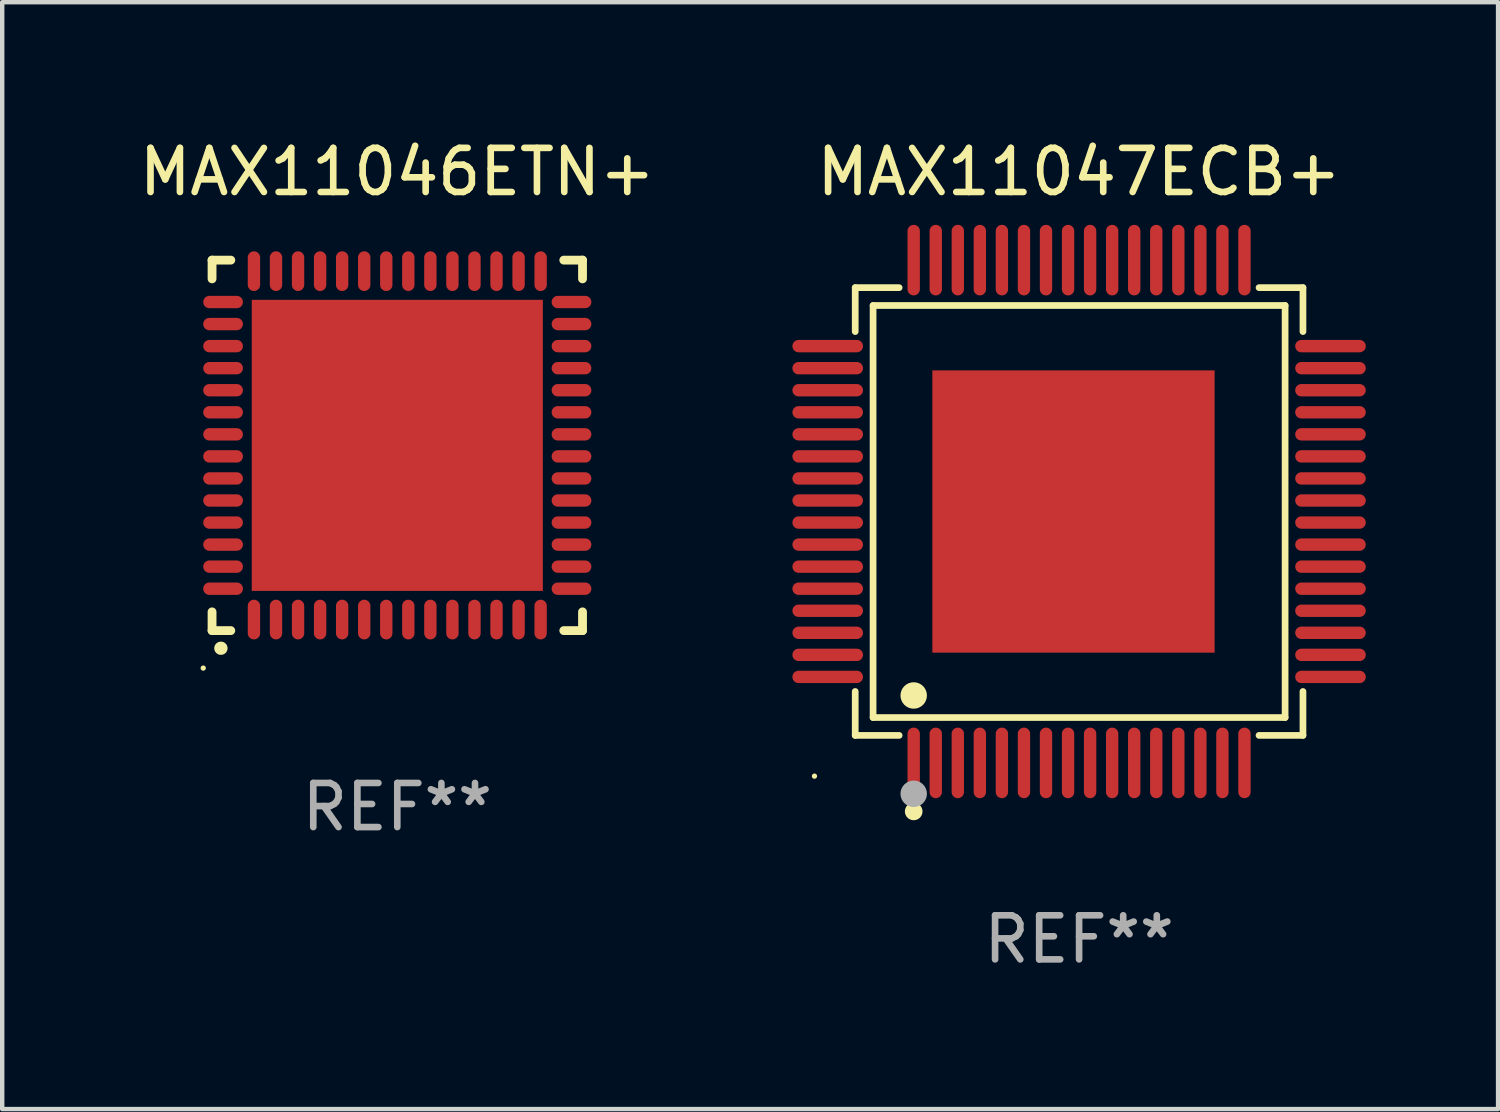
<source format=kicad_pcb>
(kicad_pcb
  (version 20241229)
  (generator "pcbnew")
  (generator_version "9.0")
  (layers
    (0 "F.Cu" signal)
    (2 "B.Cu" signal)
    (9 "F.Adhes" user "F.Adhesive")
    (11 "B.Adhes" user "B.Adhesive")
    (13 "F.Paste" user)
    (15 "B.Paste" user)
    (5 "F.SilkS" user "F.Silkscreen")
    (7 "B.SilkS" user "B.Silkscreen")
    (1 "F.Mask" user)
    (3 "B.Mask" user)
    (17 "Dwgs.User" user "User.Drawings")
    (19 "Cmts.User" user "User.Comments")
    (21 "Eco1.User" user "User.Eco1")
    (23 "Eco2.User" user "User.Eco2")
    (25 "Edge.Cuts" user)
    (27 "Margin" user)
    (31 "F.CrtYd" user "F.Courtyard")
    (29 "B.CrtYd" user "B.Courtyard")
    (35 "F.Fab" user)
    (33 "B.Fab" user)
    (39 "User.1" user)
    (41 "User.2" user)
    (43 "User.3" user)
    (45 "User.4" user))
  (footprint "MAX11046ETN+"
    (layer "F.Cu")
    (at 5.958 7.048)
    (property "Reference" "MAX11046ETN+" (at 0 -6.2 0) (layer "F.SilkS") (effects (font (size 1 1) (thickness 0.15))))
    (attr through_hole)
    (fp_line (start -4.2 -4.2) (end -4.2 -3.775) (stroke (width 0.2) (type solid)) (layer "F.SilkS"))
    (fp_line (start -4.2 4.2) (end -4.2 3.775) (stroke (width 0.2) (type solid)) (layer "F.SilkS"))
    (fp_line (start -3.775 -4.2) (end -4.2 -4.2) (stroke (width 0.2) (type solid)) (layer "F.SilkS"))
    (fp_line (start -3.775 4.2) (end -4.2 4.2) (stroke (width 0.2) (type solid)) (layer "F.SilkS"))
    (fp_line (start 3.775 4.2) (end 4.2 4.2) (stroke (width 0.2) (type solid)) (layer "F.SilkS"))
    (fp_line (start 4.2 -4.2) (end 3.775 -4.2) (stroke (width 0.2) (type solid)) (layer "F.SilkS"))
    (fp_line (start 4.2 -3.775) (end 4.2 -4.2) (stroke (width 0.2) (type solid)) (layer "F.SilkS"))
    (fp_line (start 4.2 4.2) (end 4.2 3.775) (stroke (width 0.2) (type solid)) (layer "F.SilkS"))
    (fp_arc (start -4.000508 4.599949) (mid -3.999238 4.599944) (end -3.997968 4.599949) (stroke (width 0.3) (type solid)) (layer "F.SilkS"))
    (fp_circle (center -4.4 5.05) (end -4.37 5.05) (stroke (width 0.06) (type solid)) (fill no) (layer "F.SilkS"))
    (fp_text user "REF**" (at 0 8.2 0) (layer "F.Fab") (effects (font (size 1 1) (thickness 0.15))))
    (pad "1" smd oval (at -3.25 3.95 180) (size 0.28 0.9) (layers "F.Cu" "F.Mask" "F.Paste"))
    (pad "2" smd oval (at -2.75 3.95 180) (size 0.28 0.9) (layers "F.Cu" "F.Mask" "F.Paste"))
    (pad "3" smd oval (at -2.25 3.95 180) (size 0.28 0.9) (layers "F.Cu" "F.Mask" "F.Paste"))
    (pad "4" smd oval (at -1.75 3.95 180) (size 0.28 0.9) (layers "F.Cu" "F.Mask" "F.Paste"))
    (pad "5" smd oval (at -1.25 3.95 180) (size 0.28 0.9) (layers "F.Cu" "F.Mask" "F.Paste"))
    (pad "6" smd oval (at -0.75 3.95 180) (size 0.28 0.9) (layers "F.Cu" "F.Mask" "F.Paste"))
    (pad "7" smd oval (at -0.25 3.95 180) (size 0.28 0.9) (layers "F.Cu" "F.Mask" "F.Paste"))
    (pad "8" smd oval (at 0.25 3.95 180) (size 0.28 0.9) (layers "F.Cu" "F.Mask" "F.Paste"))
    (pad "9" smd oval (at 0.75 3.95 180) (size 0.28 0.9) (layers "F.Cu" "F.Mask" "F.Paste"))
    (pad "10" smd oval (at 1.25 3.95 180) (size 0.28 0.9) (layers "F.Cu" "F.Mask" "F.Paste"))
    (pad "11" smd oval (at 1.75 3.95 180) (size 0.28 0.9) (layers "F.Cu" "F.Mask" "F.Paste"))
    (pad "12" smd oval (at 2.25 3.95 180) (size 0.28 0.9) (layers "F.Cu" "F.Mask" "F.Paste"))
    (pad "13" smd oval (at 2.75 3.95 180) (size 0.28 0.9) (layers "F.Cu" "F.Mask" "F.Paste"))
    (pad "14" smd oval (at 3.25 3.95 180) (size 0.28 0.9) (layers "F.Cu" "F.Mask" "F.Paste"))
    (pad "15" smd oval (at 3.95 3.25 90) (size 0.28 0.9) (layers "F.Cu" "F.Mask" "F.Paste"))
    (pad "16" smd oval (at 3.95 2.75 90) (size 0.28 0.9) (layers "F.Cu" "F.Mask" "F.Paste"))
    (pad "17" smd oval (at 3.95 2.25 90) (size 0.28 0.9) (layers "F.Cu" "F.Mask" "F.Paste"))
    (pad "18" smd oval (at 3.95 1.75 90) (size 0.28 0.9) (layers "F.Cu" "F.Mask" "F.Paste"))
    (pad "19" smd oval (at 3.95 1.25 90) (size 0.28 0.9) (layers "F.Cu" "F.Mask" "F.Paste"))
    (pad "20" smd oval (at 3.95 0.75 90) (size 0.28 0.9) (layers "F.Cu" "F.Mask" "F.Paste"))
    (pad "21" smd oval (at 3.95 0.25 90) (size 0.28 0.9) (layers "F.Cu" "F.Mask" "F.Paste"))
    (pad "22" smd oval (at 3.95 -0.25 90) (size 0.28 0.9) (layers "F.Cu" "F.Mask" "F.Paste"))
    (pad "23" smd oval (at 3.95 -0.75 90) (size 0.28 0.9) (layers "F.Cu" "F.Mask" "F.Paste"))
    (pad "24" smd oval (at 3.95 -1.25 90) (size 0.28 0.9) (layers "F.Cu" "F.Mask" "F.Paste"))
    (pad "25" smd oval (at 3.95 -1.75 90) (size 0.28 0.9) (layers "F.Cu" "F.Mask" "F.Paste"))
    (pad "26" smd oval (at 3.95 -2.25 90) (size 0.28 0.9) (layers "F.Cu" "F.Mask" "F.Paste"))
    (pad "27" smd oval (at 3.95 -2.75 90) (size 0.28 0.9) (layers "F.Cu" "F.Mask" "F.Paste"))
    (pad "28" smd oval (at 3.95 -3.25 90) (size 0.28 0.9) (layers "F.Cu" "F.Mask" "F.Paste"))
    (pad "29" smd oval (at 3.25 -3.95 180) (size 0.28 0.9) (layers "F.Cu" "F.Mask" "F.Paste"))
    (pad "30" smd oval (at 2.75 -3.95 180) (size 0.28 0.9) (layers "F.Cu" "F.Mask" "F.Paste"))
    (pad "31" smd oval (at 2.25 -3.95 180) (size 0.28 0.9) (layers "F.Cu" "F.Mask" "F.Paste"))
    (pad "32" smd oval (at 1.75 -3.95 180) (size 0.28 0.9) (layers "F.Cu" "F.Mask" "F.Paste"))
    (pad "33" smd oval (at 1.25 -3.95 180) (size 0.28 0.9) (layers "F.Cu" "F.Mask" "F.Paste"))
    (pad "34" smd oval (at 0.75 -3.95 180) (size 0.28 0.9) (layers "F.Cu" "F.Mask" "F.Paste"))
    (pad "35" smd oval (at 0.25 -3.95 180) (size 0.28 0.9) (layers "F.Cu" "F.Mask" "F.Paste"))
    (pad "36" smd oval (at -0.25 -3.95 180) (size 0.28 0.9) (layers "F.Cu" "F.Mask" "F.Paste"))
    (pad "37" smd oval (at -0.75 -3.95 180) (size 0.28 0.9) (layers "F.Cu" "F.Mask" "F.Paste"))
    (pad "38" smd oval (at -1.25 -3.95 180) (size 0.28 0.9) (layers "F.Cu" "F.Mask" "F.Paste"))
    (pad "39" smd oval (at -1.75 -3.95 180) (size 0.28 0.9) (layers "F.Cu" "F.Mask" "F.Paste"))
    (pad "40" smd oval (at -2.25 -3.95 180) (size 0.28 0.9) (layers "F.Cu" "F.Mask" "F.Paste"))
    (pad "41" smd oval (at -2.75 -3.95 180) (size 0.28 0.9) (layers "F.Cu" "F.Mask" "F.Paste"))
    (pad "42" smd oval (at -3.25 -3.95 180) (size 0.28 0.9) (layers "F.Cu" "F.Mask" "F.Paste"))
    (pad "43" smd oval (at -3.95 -3.25 90) (size 0.28 0.9) (layers "F.Cu" "F.Mask" "F.Paste"))
    (pad "44" smd oval (at -3.95 -2.75 90) (size 0.28 0.9) (layers "F.Cu" "F.Mask" "F.Paste"))
    (pad "45" smd oval (at -3.95 -2.25 90) (size 0.28 0.9) (layers "F.Cu" "F.Mask" "F.Paste"))
    (pad "46" smd oval (at -3.95 -1.75 90) (size 0.28 0.9) (layers "F.Cu" "F.Mask" "F.Paste"))
    (pad "47" smd oval (at -3.95 -1.25 90) (size 0.28 0.9) (layers "F.Cu" "F.Mask" "F.Paste"))
    (pad "48" smd oval (at -3.95 -0.75 90) (size 0.28 0.9) (layers "F.Cu" "F.Mask" "F.Paste"))
    (pad "49" smd oval (at -3.95 -0.25 90) (size 0.28 0.9) (layers "F.Cu" "F.Mask" "F.Paste"))
    (pad "50" smd oval (at -3.95 0.25 90) (size 0.28 0.9) (layers "F.Cu" "F.Mask" "F.Paste"))
    (pad "51" smd oval (at -3.95 0.75 90) (size 0.28 0.9) (layers "F.Cu" "F.Mask" "F.Paste"))
    (pad "52" smd oval (at -3.95 1.25 90) (size 0.28 0.9) (layers "F.Cu" "F.Mask" "F.Paste"))
    (pad "53" smd oval (at -3.95 1.75 90) (size 0.28 0.9) (layers "F.Cu" "F.Mask" "F.Paste"))
    (pad "54" smd oval (at -3.95 2.25 90) (size 0.28 0.9) (layers "F.Cu" "F.Mask" "F.Paste"))
    (pad "55" smd oval (at -3.95 2.75 90) (size 0.28 0.9) (layers "F.Cu" "F.Mask" "F.Paste"))
    (pad "56" smd oval (at -3.95 3.25 90) (size 0.28 0.9) (layers "F.Cu" "F.Mask" "F.Paste"))
    (pad "57" smd rect (at 0 0 90) (size 6.6 6.6) (layers "F.Cu" "F.Mask" "F.Paste")))
  (footprint "MAX11047ECB+"
    (layer "F.Cu")
    (at 21.417 8.548)
    (property "Reference" "MAX11047ECB+" (at 0 -7.7 0) (layer "F.SilkS") (effects (font (size 1 1) (thickness 0.15))))
    (attr through_hole)
    (fp_line (start -5.076 -5.076) (end -4.08 -5.076) (stroke (width 0.152) (type solid)) (layer "F.SilkS"))
    (fp_line (start -5.076 -4.08) (end -5.076 -5.076) (stroke (width 0.152) (type solid)) (layer "F.SilkS"))
    (fp_line (start -5.076 4.08) (end -5.076 5.076) (stroke (width 0.152) (type solid)) (layer "F.SilkS"))
    (fp_line (start -5.076 5.076) (end -4.08 5.076) (stroke (width 0.152) (type solid)) (layer "F.SilkS"))
    (fp_line (start -4.671 -4.671) (end 4.671 -4.671) (stroke (width 0.152) (type solid)) (layer "F.SilkS"))
    (fp_line (start -4.671 4.671) (end -4.671 -4.671) (stroke (width 0.152) (type solid)) (layer "F.SilkS"))
    (fp_line (start 4.671 -4.671) (end 4.671 4.671) (stroke (width 0.152) (type solid)) (layer "F.SilkS"))
    (fp_line (start 4.671 4.671) (end -4.671 4.671) (stroke (width 0.152) (type solid)) (layer "F.SilkS"))
    (fp_line (start 5.076 -5.076) (end 4.08 -5.076) (stroke (width 0.152) (type solid)) (layer "F.SilkS"))
    (fp_line (start 5.076 -4.08) (end 5.076 -5.076) (stroke (width 0.152) (type solid)) (layer "F.SilkS"))
    (fp_line (start 5.076 4.08) (end 5.076 5.076) (stroke (width 0.152) (type solid)) (layer "F.SilkS"))
    (fp_line (start 5.076 5.076) (end 4.08 5.076) (stroke (width 0.152) (type solid)) (layer "F.SilkS"))
    (fp_circle (center -6 6) (end -5.97 6) (stroke (width 0.06) (type solid)) (fill no) (layer "F.SilkS"))
    (fp_circle (center -3.75 4.171) (end -3.6 4.171) (stroke (width 0.3) (type solid)) (fill no) (layer "F.SilkS"))
    (fp_circle (center -3.75 6.8) (end -3.65 6.8) (stroke (width 0.2) (type solid)) (fill no) (layer "F.SilkS"))
    (fp_circle (center -3.75 6.4) (end -3.6 6.4) (stroke (width 0.3) (type solid)) (fill no) (layer "F.Fab"))
    (fp_text user "REF**" (at 0 9.7 0) (layer "F.Fab") (effects (font (size 1 1) (thickness 0.15))))
    (pad "1" smd oval (at -3.75 5.7) (size 0.28 1.6) (layers "F.Cu" "F.Mask" "F.Paste"))
    (pad "2" smd oval (at -3.25 5.7) (size 0.28 1.6) (layers "F.Cu" "F.Mask" "F.Paste"))
    (pad "3" smd oval (at -2.75 5.7) (size 0.28 1.6) (layers "F.Cu" "F.Mask" "F.Paste"))
    (pad "4" smd oval (at -2.25 5.7) (size 0.28 1.6) (layers "F.Cu" "F.Mask" "F.Paste"))
    (pad "5" smd oval (at -1.75 5.7) (size 0.28 1.6) (layers "F.Cu" "F.Mask" "F.Paste"))
    (pad "6" smd oval (at -1.25 5.7) (size 0.28 1.6) (layers "F.Cu" "F.Mask" "F.Paste"))
    (pad "7" smd oval (at -0.75 5.7) (size 0.28 1.6) (layers "F.Cu" "F.Mask" "F.Paste"))
    (pad "8" smd oval (at -0.25 5.7) (size 0.28 1.6) (layers "F.Cu" "F.Mask" "F.Paste"))
    (pad "9" smd oval (at 0.25 5.7) (size 0.28 1.6) (layers "F.Cu" "F.Mask" "F.Paste"))
    (pad "10" smd oval (at 0.75 5.7) (size 0.28 1.6) (layers "F.Cu" "F.Mask" "F.Paste"))
    (pad "11" smd oval (at 1.25 5.7) (size 0.28 1.6) (layers "F.Cu" "F.Mask" "F.Paste"))
    (pad "12" smd oval (at 1.75 5.7) (size 0.28 1.6) (layers "F.Cu" "F.Mask" "F.Paste"))
    (pad "13" smd oval (at 2.25 5.7) (size 0.28 1.6) (layers "F.Cu" "F.Mask" "F.Paste"))
    (pad "14" smd oval (at 2.75 5.7) (size 0.28 1.6) (layers "F.Cu" "F.Mask" "F.Paste"))
    (pad "15" smd oval (at 3.25 5.7) (size 0.28 1.6) (layers "F.Cu" "F.Mask" "F.Paste"))
    (pad "16" smd oval (at 3.75 5.7) (size 0.28 1.6) (layers "F.Cu" "F.Mask" "F.Paste"))
    (pad "17" smd oval (at 5.7 3.75) (size 1.6 0.28) (layers "F.Cu" "F.Mask" "F.Paste"))
    (pad "18" smd oval (at 5.7 3.25) (size 1.6 0.28) (layers "F.Cu" "F.Mask" "F.Paste"))
    (pad "19" smd oval (at 5.7 2.75) (size 1.6 0.28) (layers "F.Cu" "F.Mask" "F.Paste"))
    (pad "20" smd oval (at 5.7 2.25) (size 1.6 0.28) (layers "F.Cu" "F.Mask" "F.Paste"))
    (pad "21" smd oval (at 5.7 1.75) (size 1.6 0.28) (layers "F.Cu" "F.Mask" "F.Paste"))
    (pad "22" smd oval (at 5.7 1.25) (size 1.6 0.28) (layers "F.Cu" "F.Mask" "F.Paste"))
    (pad "23" smd oval (at 5.7 0.75) (size 1.6 0.28) (layers "F.Cu" "F.Mask" "F.Paste"))
    (pad "24" smd oval (at 5.7 0.25) (size 1.6 0.28) (layers "F.Cu" "F.Mask" "F.Paste"))
    (pad "25" smd oval (at 5.7 -0.25) (size 1.6 0.28) (layers "F.Cu" "F.Mask" "F.Paste"))
    (pad "26" smd oval (at 5.7 -0.75) (size 1.6 0.28) (layers "F.Cu" "F.Mask" "F.Paste"))
    (pad "27" smd oval (at 5.7 -1.25) (size 1.6 0.28) (layers "F.Cu" "F.Mask" "F.Paste"))
    (pad "28" smd oval (at 5.7 -1.75) (size 1.6 0.28) (layers "F.Cu" "F.Mask" "F.Paste"))
    (pad "29" smd oval (at 5.7 -2.25) (size 1.6 0.28) (layers "F.Cu" "F.Mask" "F.Paste"))
    (pad "30" smd oval (at 5.7 -2.75) (size 1.6 0.28) (layers "F.Cu" "F.Mask" "F.Paste"))
    (pad "31" smd oval (at 5.7 -3.25) (size 1.6 0.28) (layers "F.Cu" "F.Mask" "F.Paste"))
    (pad "32" smd oval (at 5.7 -3.75) (size 1.6 0.28) (layers "F.Cu" "F.Mask" "F.Paste"))
    (pad "33" smd oval (at 3.75 -5.7) (size 0.28 1.6) (layers "F.Cu" "F.Mask" "F.Paste"))
    (pad "34" smd oval (at 3.25 -5.7) (size 0.28 1.6) (layers "F.Cu" "F.Mask" "F.Paste"))
    (pad "35" smd oval (at 2.75 -5.7) (size 0.28 1.6) (layers "F.Cu" "F.Mask" "F.Paste"))
    (pad "36" smd oval (at 2.25 -5.7) (size 0.28 1.6) (layers "F.Cu" "F.Mask" "F.Paste"))
    (pad "37" smd oval (at 1.75 -5.7) (size 0.28 1.6) (layers "F.Cu" "F.Mask" "F.Paste"))
    (pad "38" smd oval (at 1.25 -5.7) (size 0.28 1.6) (layers "F.Cu" "F.Mask" "F.Paste"))
    (pad "39" smd oval (at 0.75 -5.7) (size 0.28 1.6) (layers "F.Cu" "F.Mask" "F.Paste"))
    (pad "40" smd oval (at 0.25 -5.7) (size 0.28 1.6) (layers "F.Cu" "F.Mask" "F.Paste"))
    (pad "41" smd oval (at -0.25 -5.7) (size 0.28 1.6) (layers "F.Cu" "F.Mask" "F.Paste"))
    (pad "42" smd oval (at -0.75 -5.7) (size 0.28 1.6) (layers "F.Cu" "F.Mask" "F.Paste"))
    (pad "43" smd oval (at -1.25 -5.7) (size 0.28 1.6) (layers "F.Cu" "F.Mask" "F.Paste"))
    (pad "44" smd oval (at -1.75 -5.7) (size 0.28 1.6) (layers "F.Cu" "F.Mask" "F.Paste"))
    (pad "45" smd oval (at -2.25 -5.7) (size 0.28 1.6) (layers "F.Cu" "F.Mask" "F.Paste"))
    (pad "46" smd oval (at -2.75 -5.7) (size 0.28 1.6) (layers "F.Cu" "F.Mask" "F.Paste"))
    (pad "47" smd oval (at -3.25 -5.7) (size 0.28 1.6) (layers "F.Cu" "F.Mask" "F.Paste"))
    (pad "48" smd oval (at -3.75 -5.7) (size 0.28 1.6) (layers "F.Cu" "F.Mask" "F.Paste"))
    (pad "49" smd oval (at -5.7 -3.75) (size 1.6 0.28) (layers "F.Cu" "F.Mask" "F.Paste"))
    (pad "50" smd oval (at -5.7 -3.25) (size 1.6 0.28) (layers "F.Cu" "F.Mask" "F.Paste"))
    (pad "51" smd oval (at -5.7 -2.75) (size 1.6 0.28) (layers "F.Cu" "F.Mask" "F.Paste"))
    (pad "52" smd oval (at -5.7 -2.25) (size 1.6 0.28) (layers "F.Cu" "F.Mask" "F.Paste"))
    (pad "53" smd oval (at -5.7 -1.75) (size 1.6 0.28) (layers "F.Cu" "F.Mask" "F.Paste"))
    (pad "54" smd oval (at -5.7 -1.25) (size 1.6 0.28) (layers "F.Cu" "F.Mask" "F.Paste"))
    (pad "55" smd oval (at -5.7 -0.75) (size 1.6 0.28) (layers "F.Cu" "F.Mask" "F.Paste"))
    (pad "56" smd oval (at -5.7 -0.25) (size 1.6 0.28) (layers "F.Cu" "F.Mask" "F.Paste"))
    (pad "57" smd oval (at -5.7 0.25) (size 1.6 0.28) (layers "F.Cu" "F.Mask" "F.Paste"))
    (pad "58" smd oval (at -5.7 0.75) (size 1.6 0.28) (layers "F.Cu" "F.Mask" "F.Paste"))
    (pad "59" smd oval (at -5.7 1.25) (size 1.6 0.28) (layers "F.Cu" "F.Mask" "F.Paste"))
    (pad "60" smd oval (at -5.7 1.75) (size 1.6 0.28) (layers "F.Cu" "F.Mask" "F.Paste"))
    (pad "61" smd oval (at -5.7 2.25) (size 1.6 0.28) (layers "F.Cu" "F.Mask" "F.Paste"))
    (pad "62" smd oval (at -5.7 2.75) (size 1.6 0.28) (layers "F.Cu" "F.Mask" "F.Paste"))
    (pad "63" smd oval (at -5.7 3.25) (size 1.6 0.28) (layers "F.Cu" "F.Mask" "F.Paste"))
    (pad "64" smd oval (at -5.7 3.75) (size 1.6 0.28) (layers "F.Cu" "F.Mask" "F.Paste"))
    (pad "65" smd rect (at -0.127 0) (size 6.4 6.4) (layers "F.Cu" "F.Mask" "F.Paste")))
  (gr_rect
    (start -3 -3)
    (end 30.917 22.097)
    (stroke (width 0.1) (type default))
    (fill no)
    (layer "Edge.Cuts")))
</source>
